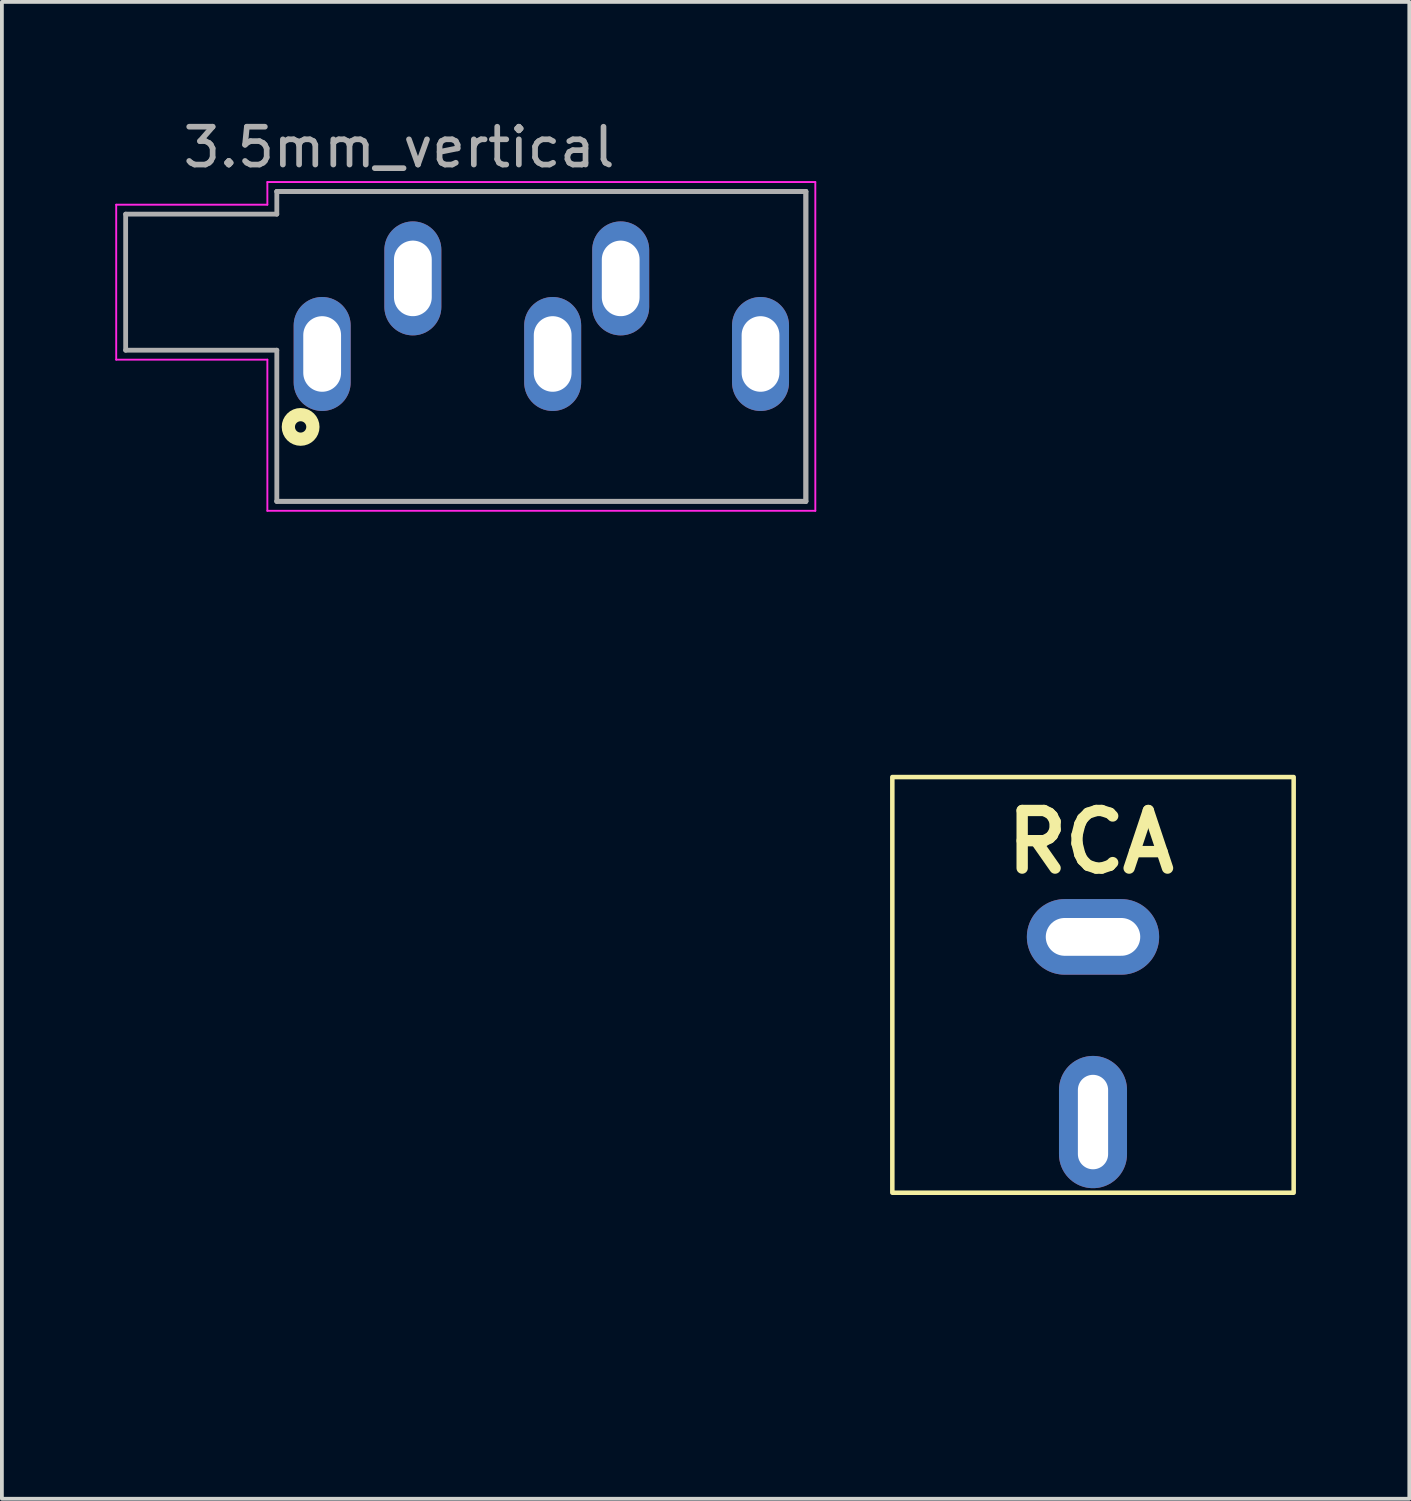
<source format=kicad_pcb>
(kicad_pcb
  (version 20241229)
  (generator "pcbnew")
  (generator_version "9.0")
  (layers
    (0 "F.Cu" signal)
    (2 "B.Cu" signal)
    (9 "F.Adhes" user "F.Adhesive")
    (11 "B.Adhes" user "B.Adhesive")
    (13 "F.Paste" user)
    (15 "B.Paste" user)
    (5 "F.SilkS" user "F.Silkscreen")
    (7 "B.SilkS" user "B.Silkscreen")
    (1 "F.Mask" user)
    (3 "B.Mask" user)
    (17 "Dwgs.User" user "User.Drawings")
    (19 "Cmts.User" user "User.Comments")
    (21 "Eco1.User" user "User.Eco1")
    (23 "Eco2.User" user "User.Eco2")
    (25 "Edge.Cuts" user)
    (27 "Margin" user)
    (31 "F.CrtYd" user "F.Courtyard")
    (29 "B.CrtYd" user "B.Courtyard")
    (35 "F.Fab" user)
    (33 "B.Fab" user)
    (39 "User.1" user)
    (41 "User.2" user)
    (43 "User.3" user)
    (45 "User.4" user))
  (footprint "3.5mm_vertical"
    (layer "F.Cu")
    (at 5.475 6.317)
    (property "Reference" "3.5mm_vertical" (at 2.035 -5.468 0) (layer "F.Fab") (effects (font (size 1.001 1.001) (thickness 0.15))))
    (attr through_hole)
    (fp_circle (center -0.57 1.93) (end -0.42 1.93) (stroke (width 0.35) (type solid)) (fill no) (layer "F.SilkS"))
    (fp_line (start -5.45 -3.95) (end -1.45 -3.95) (stroke (width 0.05) (type solid)) (layer "F.CrtYd"))
    (fp_line (start -5.45 0.15) (end -5.45 -3.95) (stroke (width 0.05) (type solid)) (layer "F.CrtYd"))
    (fp_line (start -1.45 -4.55) (end 13.05 -4.55) (stroke (width 0.05) (type solid)) (layer "F.CrtYd"))
    (fp_line (start -1.45 -3.95) (end -1.45 -4.55) (stroke (width 0.05) (type solid)) (layer "F.CrtYd"))
    (fp_line (start -1.45 0.15) (end -5.45 0.15) (stroke (width 0.05) (type solid)) (layer "F.CrtYd"))
    (fp_line (start -1.45 4.15) (end -1.45 0.15) (stroke (width 0.05) (type solid)) (layer "F.CrtYd"))
    (fp_line (start 13.05 -4.55) (end 13.05 4.15) (stroke (width 0.05) (type solid)) (layer "F.CrtYd"))
    (fp_line (start 13.05 4.15) (end -1.45 4.15) (stroke (width 0.05) (type solid)) (layer "F.CrtYd"))
    (fp_line (start -5.2 -3.7) (end -1.2 -3.7) (stroke (width 0.127) (type solid)) (layer "F.Fab"))
    (fp_line (start -5.2 -0.1) (end -5.2 -3.7) (stroke (width 0.127) (type solid)) (layer "F.Fab"))
    (fp_line (start -1.2 -4.3) (end 12.8 -4.3) (stroke (width 0.127) (type solid)) (layer "F.Fab"))
    (fp_line (start -1.2 -4.3) (end 12.8 -4.3) (stroke (width 0.127) (type solid)) (layer "F.Fab"))
    (fp_line (start -1.2 -3.7) (end -1.2 -4.3) (stroke (width 0.127) (type solid)) (layer "F.Fab"))
    (fp_line (start -1.2 -0.1) (end -5.2 -0.1) (stroke (width 0.127) (type solid)) (layer "F.Fab"))
    (fp_line (start -1.2 3.9) (end -1.2 -0.1) (stroke (width 0.127) (type solid)) (layer "F.Fab"))
    (fp_line (start 12.8 -4.3) (end 12.8 3.9) (stroke (width 0.127) (type solid)) (layer "F.Fab"))
    (fp_line (start 12.8 -4.3) (end 12.8 3.9) (stroke (width 0.127) (type solid)) (layer "F.Fab"))
    (fp_line (start 12.8 3.9) (end -1.2 3.9) (stroke (width 0.127) (type solid)) (layer "F.Fab"))
    (fp_line (start 12.8 3.9) (end -1.2 3.9) (stroke (width 0.127) (type solid)) (layer "F.Fab"))
    (pad "1" thru_hole oval (at 0 0) (size 1.508 3.016) (drill oval 1 2) (layers "*.Cu" "*.Mask"))
    (pad "2" thru_hole oval (at 2.4 -2) (size 1.508 3.016) (drill oval 1 2) (layers "*.Cu" "*.Mask"))
    (pad "3" thru_hole oval (at 7.9 -2) (size 1.508 3.016) (drill oval 1 2) (layers "*.Cu" "*.Mask"))
    (pad "4" thru_hole oval (at 11.6 0) (size 1.508 3.016) (drill oval 1 2) (layers "*.Cu" "*.Mask"))
    (pad "5" thru_hole oval (at 6.1 0) (size 1.508 3.016) (drill oval 1 2) (layers "*.Cu" "*.Mask")))
  (footprint "RCA"
    (layer "F.Cu")
    (at 25.873 17.642)
    (property "Reference" "RCA" (at -0.06 1.59 0) (layer "F.SilkS") (effects (font (size 1.524 1.524) (thickness 0.3))))
    (attr board_only exclude_from_pos_files exclude_from_bom)
    (fp_rect (start -5.31 -0.13) (end 5.31 10.87) (stroke (width 0.12) (type solid)) (fill no) (layer "F.SilkS"))
    (fp_poly (pts (xy 3.257 -0.001) (xy 3.257 1.979) (xy 5.014 1.979) (xy 5.014 15.919) (xy -25.823 15.919) (xy -25.823 -4.099) (xy -23.128 -4.099) (xy -23.128 13.954) (xy -23.291 13.968) (xy -23.414 14.014) (xy -23.506 14.097) (xy -23.567 14.202) (xy -23.614 14.358) (xy -23.606 14.508) (xy -23.558 14.636) (xy -23.471 14.765) (xy -23.359 14.848) (xy -23.242 14.888) (xy -23.083 14.899) (xy -22.939 14.864) (xy -22.818 14.789) (xy -22.725 14.684) (xy -22.666 14.555) (xy -22.647 14.412) (xy -22.676 14.261) (xy -22.706 14.192) (xy -22.777 14.078) (xy -22.858 14.006) (xy -22.962 13.967) (xy -23.103 13.954) (xy -23.128 13.954) (xy -23.128 -4.099) (xy -20.586 -4.099) (xy -20.586 13.938) (xy -20.728 13.957) (xy -20.831 13.998) (xy -20.948 14.094) (xy -21.027 14.221) (xy -21.065 14.366) (xy -21.059 14.519) (xy -21.006 14.666) (xy -20.995 14.684) (xy -20.898 14.794) (xy -20.769 14.866) (xy -20.622 14.897) (xy -20.467 14.885) (xy -20.341 14.838) (xy -20.224 14.748) (xy -20.143 14.623) (xy -20.105 14.474) (xy -20.107 14.361) (xy -20.147 14.209) (xy -20.229 14.087) (xy -20.33 14.003) (xy -20.446 13.953) (xy -20.586 13.938) (xy -20.586 -4.099) (xy -19.494 -4.099) (xy -19.494 -0.865) (xy -19.494 -0.335) (xy -19.494 1.533) (xy -19.494 2.034) (xy -19.494 3.93) (xy -19.494 4.432) (xy -19.494 6.3) (xy -19.494 6.83) (xy -19.494 8.698) (xy -19.494 9.228) (xy -19.494 11.096) (xy -19.494 11.626) (xy -18.518 11.626) (xy -18.518 11.096) (xy -19.494 11.096) (xy -19.494 9.228) (xy -18.518 9.228) (xy -18.518 8.698) (xy -19.494 8.698) (xy -19.494 6.83) (xy -18.518 6.83) (xy -18.518 6.3) (xy -19.494 6.3) (xy -19.494 4.432) (xy -18.518 4.432) (xy -18.518 3.93) (xy -19.494 3.93) (xy -19.494 2.034) (xy -18.518 2.034) (xy -18.518 1.533) (xy -19.494 1.533) (xy -19.494 -0.335) (xy -18.518 -0.335) (xy -18.518 -0.865) (xy -19.494 -0.865) (xy -19.494 -4.099) (xy -17.992 -4.099) (xy -17.992 13.942) (xy -18.142 13.948) (xy -18.283 13.995) (xy -18.375 14.06) (xy -18.461 14.175) (xy -18.509 14.316) (xy -18.516 14.468) (xy -18.482 14.617) (xy -18.456 14.671) (xy -18.363 14.784) (xy -18.243 14.858) (xy -18.106 14.894) (xy -17.963 14.893) (xy -17.827 14.853) (xy -17.709 14.776) (xy -17.619 14.663) (xy -17.611 14.646) (xy -17.57 14.512) (xy -17.563 14.366) (xy -17.588 14.228) (xy -17.621 14.157) (xy -17.719 14.049) (xy -17.847 13.976) (xy -17.992 13.942) (xy -17.992 -4.099) (xy -16.79 -4.099) (xy -16.79 0.222) (xy -16.79 0.752) (xy -16.79 2.62) (xy -16.79 3.15) (xy -16.79 5.018) (xy -16.79 5.548) (xy -16.79 7.416) (xy -16.79 7.945) (xy -16.79 9.813) (xy -16.79 10.343) (xy -16.79 12.211) (xy -16.79 12.713) (xy -15.814 12.713) (xy -15.814 12.211) (xy -16.79 12.211) (xy -16.79 10.343) (xy -15.814 10.343) (xy -15.814 9.813) (xy -16.79 9.813) (xy -16.79 7.945) (xy -15.814 7.945) (xy -15.814 7.416) (xy -16.79 7.416) (xy -16.79 5.548) (xy -15.814 5.548) (xy -15.814 5.018) (xy -16.79 5.018) (xy -16.79 3.15) (xy -15.814 3.15) (xy -15.814 2.62) (xy -16.79 2.62) (xy -16.79 0.752) (xy -15.814 0.752) (xy -15.814 0.222) (xy -16.79 0.222) (xy -16.79 -4.099) (xy -15.456 -4.099) (xy -15.456 13.942) (xy -15.597 13.945) (xy -15.72 13.979) (xy -15.758 14) (xy -15.87 14.107) (xy -15.944 14.247) (xy -15.975 14.405) (xy -15.974 14.464) (xy -15.953 14.581) (xy -15.916 14.673) (xy -15.907 14.685) (xy -15.791 14.8) (xy -15.652 14.872) (xy -15.501 14.9) (xy -15.349 14.883) (xy -15.21 14.816) (xy -15.203 14.811) (xy -15.128 14.732) (xy -15.062 14.621) (xy -15.018 14.502) (xy -15.006 14.415) (xy -15.029 14.28) (xy -15.089 14.149) (xy -15.176 14.044) (xy -15.203 14.021) (xy -15.318 13.967) (xy -15.456 13.942) (xy -15.456 -4.099) (xy -12.956 -4.099) (xy -12.956 13.94) (xy -13.116 13.964) (xy -13.249 14.032) (xy -13.351 14.133) (xy -13.416 14.261) (xy -13.438 14.405) (xy -13.414 14.558) (xy -13.381 14.636) (xy -13.294 14.765) (xy -13.182 14.848) (xy -13.065 14.888) (xy -12.902 14.898) (xy -12.75 14.856) (xy -12.615 14.763) (xy -12.528 14.662) (xy -12.491 14.597) (xy -12.473 14.529) (xy -12.472 14.437) (xy -12.474 14.396) (xy -12.507 14.227) (xy -12.581 14.095) (xy -12.694 14.001) (xy -12.843 13.949) (xy -12.956 13.94) (xy -12.956 -4.099) (xy -11.743 -4.099) (xy -11.743 -3.096) (xy -11.743 -2.12) (xy -11.743 3.01) (xy -11.743 3.986) (xy -11.743 8.531) (xy -11.743 9.507) (xy -10.424 9.507) (xy -10.424 13.937) (xy -10.569 13.965) (xy -10.699 14.031) (xy -10.802 14.131) (xy -10.82 14.159) (xy -10.862 14.273) (xy -10.876 14.412) (xy -10.863 14.553) (xy -10.824 14.674) (xy -10.802 14.711) (xy -10.699 14.812) (xy -10.571 14.874) (xy -10.429 14.898) (xy -10.286 14.885) (xy -10.153 14.834) (xy -10.044 14.747) (xy -9.986 14.663) (xy -9.933 14.504) (xy -9.932 14.345) (xy -9.98 14.196) (xy -10.074 14.067) (xy -10.152 14.003) (xy -10.28 13.948) (xy -10.424 13.937) (xy -10.424 9.507) (xy -9.68 9.507) (xy -9.68 8.531) (xy -11.743 8.531) (xy -11.743 3.986) (xy -9.736 3.986) (xy -9.736 4.823) (xy -9.736 5.798) (xy -7.876 5.798) (xy -7.876 13.94) (xy -8.032 13.964) (xy -8.162 14.032) (xy -8.26 14.134) (xy -8.322 14.262) (xy -8.344 14.409) (xy -8.32 14.565) (xy -8.286 14.651) (xy -8.202 14.766) (xy -8.085 14.846) (xy -7.949 14.89) (xy -7.804 14.897) (xy -7.664 14.865) (xy -7.541 14.794) (xy -7.48 14.731) (xy -7.406 14.595) (xy -7.378 14.44) (xy -7.396 14.28) (xy -7.46 14.13) (xy -7.468 14.118) (xy -7.554 14.032) (xy -7.679 13.972) (xy -7.827 13.942) (xy -7.876 13.94) (xy -7.876 5.798) (xy -7.672 5.798) (xy -7.672 4.823) (xy -9.736 4.823) (xy -9.736 3.986) (xy -9.68 3.986) (xy -9.68 3.01) (xy -11.743 3.01) (xy -11.743 -2.12) (xy -9.736 -2.12) (xy -9.736 -0.698) (xy -9.736 0.278) (xy -7.672 0.278) (xy -7.672 -0.698) (xy -9.736 -0.698) (xy -9.736 -2.12) (xy -9.68 -2.12) (xy -9.68 -3.096) (xy -11.743 -3.096) (xy -11.743 -4.099) (xy -5.27 -4.099) (xy -5.27 13.95) (xy -5.411 13.954) (xy -5.538 13.985) (xy -5.603 14.019) (xy -5.711 14.128) (xy -5.778 14.264) (xy -5.802 14.415) (xy -5.778 14.565) (xy -5.741 14.648) (xy -5.638 14.779) (xy -5.506 14.864) (xy -5.354 14.9) (xy -5.207 14.888) (xy -5.064 14.831) (xy -4.953 14.737) (xy -4.877 14.617) (xy -4.837 14.482) (xy -4.836 14.34) (xy -4.876 14.203) (xy -4.958 14.081) (xy -5.03 14.019) (xy -5.136 13.971) (xy -5.27 13.95) (xy -5.27 -4.099) (xy -5.191 -4.099) (xy -5.191 -0.001) (xy -5.191 1.979) (xy -3.211 1.979) (xy -3.211 -0.001) (xy -5.191 -0.001) (xy -5.191 -4.099) (xy -2.85 -4.099) (xy -2.85 13.944) (xy -2.943 13.963) (xy -3.01 13.993) (xy -3.127 14.081) (xy -3.208 14.203) (xy -3.251 14.345) (xy -3.252 14.496) (xy -3.207 14.642) (xy -3.19 14.673) (xy -3.092 14.79) (xy -2.966 14.866) (xy -2.823 14.9) (xy -2.674 14.89) (xy -2.53 14.835) (xy -2.448 14.775) (xy -2.354 14.671) (xy -2.305 14.554) (xy -2.295 14.41) (xy -2.297 14.371) (xy -2.333 14.208) (xy -2.41 14.083) (xy -2.527 13.997) (xy -2.682 13.951) (xy -2.732 13.946) (xy -2.85 13.944) (xy -2.85 -4.099) (xy -1.232 -4.099) (xy -1.232 3.652) (xy -1.232 4.544) (xy -0.423 4.544) (xy -0.423 7.722) (xy -0.423 10.399) (xy -0.165 10.399) (xy -0.165 13.938) (xy -0.309 13.944) (xy -0.448 13.991) (xy -0.571 14.08) (xy -0.639 14.161) (xy -0.689 14.28) (xy -0.704 14.422) (xy -0.683 14.567) (xy -0.639 14.676) (xy -0.547 14.785) (xy -0.425 14.858) (xy -0.285 14.893) (xy -0.14 14.891) (xy -0.002 14.85) (xy 0.117 14.771) (xy 0.169 14.711) (xy 0.221 14.597) (xy 0.244 14.457) (xy 0.237 14.312) (xy 0.199 14.185) (xy 0.19 14.169) (xy 0.095 14.051) (xy -0.027 13.974) (xy -0.165 13.938) (xy -0.165 10.399) (xy 0.441 10.399) (xy 0.441 7.722) (xy -0.423 7.722) (xy -0.423 4.544) (xy 1.25 4.544) (xy 1.25 3.652) (xy -1.232 3.652) (xy -1.232 -4.099) (xy 2.309 -4.099) (xy 2.309 13.94) (xy 2.153 13.958) (xy 2.03 14.017) (xy 1.929 14.122) (xy 1.878 14.205) (xy 1.847 14.304) (xy 1.84 14.429) (xy 1.856 14.555) (xy 1.893 14.659) (xy 1.908 14.684) (xy 2.029 14.804) (xy 2.173 14.877) (xy 2.331 14.901) (xy 2.432 14.888) (xy 2.578 14.829) (xy 2.693 14.73) (xy 2.77 14.6) (xy 2.802 14.45) (xy 2.8 14.377) (xy 2.758 14.212) (xy 2.674 14.083) (xy 2.553 13.993) (xy 2.398 13.946) (xy 2.309 13.94) (xy 2.309 -4.099) (xy 5.014 -4.099) (xy 5.014 -0.001)) (stroke (width 0.1) (type solid)) (fill no) (layer "Eco1.User"))
    (pad "1" thru_hole oval (at 0 9) (size 1.8 3.5) (drill oval 0.8 2.5) (layers "*.Cu" "*.Mask"))
    (pad "2" thru_hole oval (at 0 4.1) (size 3.5 2) (drill oval 2.5 1) (layers "*.Cu" "*.Mask")))
  (gr_rect
    (start -3 -3)
    (end 34.243 36.611)
    (stroke (width 0.1) (type default))
    (fill no)
    (layer "Edge.Cuts")))
</source>
